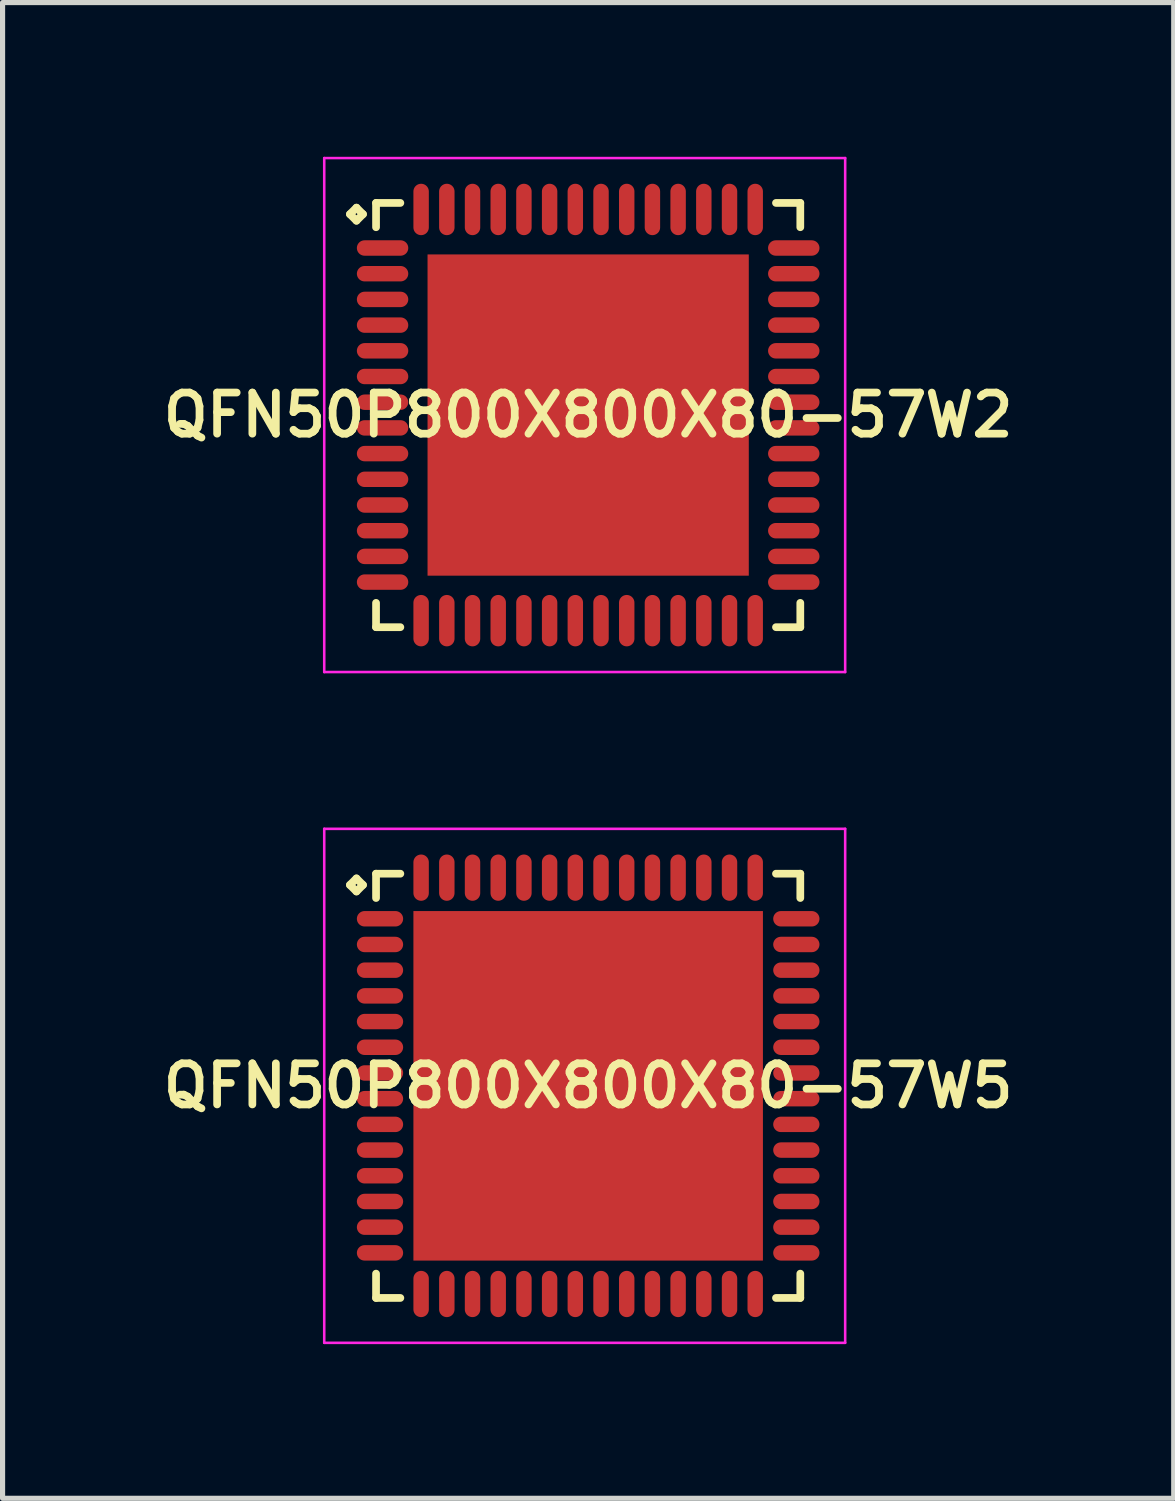
<source format=kicad_pcb>
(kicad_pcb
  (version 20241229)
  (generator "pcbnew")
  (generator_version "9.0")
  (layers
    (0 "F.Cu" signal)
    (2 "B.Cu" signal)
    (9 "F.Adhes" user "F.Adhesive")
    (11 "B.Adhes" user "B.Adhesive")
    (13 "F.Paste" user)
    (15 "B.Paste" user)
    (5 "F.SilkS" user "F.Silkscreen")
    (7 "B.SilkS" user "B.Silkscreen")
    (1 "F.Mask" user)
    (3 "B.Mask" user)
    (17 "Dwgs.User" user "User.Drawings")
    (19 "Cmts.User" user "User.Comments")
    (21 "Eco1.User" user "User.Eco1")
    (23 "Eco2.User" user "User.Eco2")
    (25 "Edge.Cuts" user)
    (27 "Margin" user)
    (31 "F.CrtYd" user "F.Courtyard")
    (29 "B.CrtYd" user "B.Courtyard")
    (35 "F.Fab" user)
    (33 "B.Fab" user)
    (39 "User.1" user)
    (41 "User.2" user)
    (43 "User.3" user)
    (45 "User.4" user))
  (footprint "QFN50P800X800X80-57W2"
    (layer "F.Cu")
    (at 8.393 5.025)
    (property "Reference" "QFN50P800X800X80-57W2" (at 0 0 0) (layer "F.SilkS") (effects (font (size 0.8 0.8) (thickness 0.15))))
    (attr smd)
    (fp_line (start -4.635 -3.908) (end -4.508 -4.035) (stroke (width 0.15) (type solid)) (layer "F.SilkS"))
    (fp_line (start -4.508 -4.035) (end -4.381 -3.908) (stroke (width 0.15) (type solid)) (layer "F.SilkS"))
    (fp_line (start -4.508 -3.781) (end -4.635 -3.908) (stroke (width 0.15) (type solid)) (layer "F.SilkS"))
    (fp_line (start -4.381 -3.908) (end -4.508 -3.781) (stroke (width 0.15) (type solid)) (layer "F.SilkS"))
    (fp_line (start -4.127 -4.127) (end -3.654 -4.127) (stroke (width 0.15) (type solid)) (layer "F.SilkS"))
    (fp_line (start -4.127 -3.654) (end -4.127 -4.127) (stroke (width 0.15) (type solid)) (layer "F.SilkS"))
    (fp_line (start -4.127 3.654) (end -4.127 4.127) (stroke (width 0.15) (type solid)) (layer "F.SilkS"))
    (fp_line (start -4.127 4.127) (end -3.654 4.127) (stroke (width 0.15) (type solid)) (layer "F.SilkS"))
    (fp_line (start 3.654 -4.127) (end 4.127 -4.127) (stroke (width 0.15) (type solid)) (layer "F.SilkS"))
    (fp_line (start 3.654 4.127) (end 4.127 4.127) (stroke (width 0.15) (type solid)) (layer "F.SilkS"))
    (fp_line (start 4.127 -4.127) (end 4.127 -3.654) (stroke (width 0.15) (type solid)) (layer "F.SilkS"))
    (fp_line (start 4.127 4.127) (end 4.127 3.654) (stroke (width 0.15) (type solid)) (layer "F.SilkS"))
    (fp_line (start -5.135 -5) (end 5 -5) (stroke (width 0.05) (type solid)) (layer "F.CrtYd"))
    (fp_line (start -5.135 5) (end -5.135 -5) (stroke (width 0.05) (type solid)) (layer "F.CrtYd"))
    (fp_line (start 5 -5) (end 5 5) (stroke (width 0.05) (type solid)) (layer "F.CrtYd"))
    (fp_line (start 5 5) (end -5.135 5) (stroke (width 0.05) (type solid)) (layer "F.CrtYd"))
    (pad "1" smd oval (at -4 -3.25) (size 1 0.3) (layers "F.Cu" "F.Mask" "F.Paste"))
    (pad "2" smd oval (at -4 -2.75) (size 1 0.3) (layers "F.Cu" "F.Mask" "F.Paste"))
    (pad "3" smd oval (at -4 -2.25) (size 1 0.3) (layers "F.Cu" "F.Mask" "F.Paste"))
    (pad "4" smd oval (at -4 -1.75) (size 1 0.3) (layers "F.Cu" "F.Mask" "F.Paste"))
    (pad "5" smd oval (at -4 -1.25) (size 1 0.3) (layers "F.Cu" "F.Mask" "F.Paste"))
    (pad "6" smd oval (at -4 -0.75) (size 1 0.3) (layers "F.Cu" "F.Mask" "F.Paste"))
    (pad "7" smd oval (at -4 -0.25) (size 1 0.3) (layers "F.Cu" "F.Mask" "F.Paste"))
    (pad "8" smd oval (at -4 0.25) (size 1 0.3) (layers "F.Cu" "F.Mask" "F.Paste"))
    (pad "9" smd oval (at -4 0.75) (size 1 0.3) (layers "F.Cu" "F.Mask" "F.Paste"))
    (pad "10" smd oval (at -4 1.25) (size 1 0.3) (layers "F.Cu" "F.Mask" "F.Paste"))
    (pad "11" smd oval (at -4 1.75) (size 1 0.3) (layers "F.Cu" "F.Mask" "F.Paste"))
    (pad "12" smd oval (at -4 2.25) (size 1 0.3) (layers "F.Cu" "F.Mask" "F.Paste"))
    (pad "13" smd oval (at -4 2.75) (size 1 0.3) (layers "F.Cu" "F.Mask" "F.Paste"))
    (pad "14" smd oval (at -4 3.25) (size 1 0.3) (layers "F.Cu" "F.Mask" "F.Paste"))
    (pad "15" smd oval (at -3.25 4) (size 0.3 1) (layers "F.Cu" "F.Mask" "F.Paste"))
    (pad "16" smd oval (at -2.75 4) (size 0.3 1) (layers "F.Cu" "F.Mask" "F.Paste"))
    (pad "17" smd oval (at -2.25 4) (size 0.3 1) (layers "F.Cu" "F.Mask" "F.Paste"))
    (pad "18" smd oval (at -1.75 4) (size 0.3 1) (layers "F.Cu" "F.Mask" "F.Paste"))
    (pad "19" smd oval (at -1.25 4) (size 0.3 1) (layers "F.Cu" "F.Mask" "F.Paste"))
    (pad "20" smd oval (at -0.75 4) (size 0.3 1) (layers "F.Cu" "F.Mask" "F.Paste"))
    (pad "21" smd oval (at -0.25 4) (size 0.3 1) (layers "F.Cu" "F.Mask" "F.Paste"))
    (pad "22" smd oval (at 0.25 4) (size 0.3 1) (layers "F.Cu" "F.Mask" "F.Paste"))
    (pad "23" smd oval (at 0.75 4) (size 0.3 1) (layers "F.Cu" "F.Mask" "F.Paste"))
    (pad "24" smd oval (at 1.25 4) (size 0.3 1) (layers "F.Cu" "F.Mask" "F.Paste"))
    (pad "25" smd oval (at 1.75 4) (size 0.3 1) (layers "F.Cu" "F.Mask" "F.Paste"))
    (pad "26" smd oval (at 2.25 4) (size 0.3 1) (layers "F.Cu" "F.Mask" "F.Paste"))
    (pad "27" smd oval (at 2.75 4) (size 0.3 1) (layers "F.Cu" "F.Mask" "F.Paste"))
    (pad "28" smd oval (at 3.25 4) (size 0.3 1) (layers "F.Cu" "F.Mask" "F.Paste"))
    (pad "29" smd oval (at 4 3.25) (size 1 0.3) (layers "F.Cu" "F.Mask" "F.Paste"))
    (pad "30" smd oval (at 4 2.75) (size 1 0.3) (layers "F.Cu" "F.Mask" "F.Paste"))
    (pad "31" smd oval (at 4 2.25) (size 1 0.3) (layers "F.Cu" "F.Mask" "F.Paste"))
    (pad "32" smd oval (at 4 1.75) (size 1 0.3) (layers "F.Cu" "F.Mask" "F.Paste"))
    (pad "33" smd oval (at 4 1.25) (size 1 0.3) (layers "F.Cu" "F.Mask" "F.Paste"))
    (pad "34" smd oval (at 4 0.75) (size 1 0.3) (layers "F.Cu" "F.Mask" "F.Paste"))
    (pad "35" smd oval (at 4 0.25) (size 1 0.3) (layers "F.Cu" "F.Mask" "F.Paste"))
    (pad "36" smd oval (at 4 -0.25) (size 1 0.3) (layers "F.Cu" "F.Mask" "F.Paste"))
    (pad "37" smd oval (at 4 -0.75) (size 1 0.3) (layers "F.Cu" "F.Mask" "F.Paste"))
    (pad "38" smd oval (at 4 -1.25) (size 1 0.3) (layers "F.Cu" "F.Mask" "F.Paste"))
    (pad "39" smd oval (at 4 -1.75) (size 1 0.3) (layers "F.Cu" "F.Mask" "F.Paste"))
    (pad "40" smd oval (at 4 -2.25) (size 1 0.3) (layers "F.Cu" "F.Mask" "F.Paste"))
    (pad "41" smd oval (at 4 -2.75) (size 1 0.3) (layers "F.Cu" "F.Mask" "F.Paste"))
    (pad "42" smd oval (at 4 -3.25) (size 1 0.3) (layers "F.Cu" "F.Mask" "F.Paste"))
    (pad "43" smd oval (at 3.25 -4) (size 0.3 1) (layers "F.Cu" "F.Mask" "F.Paste"))
    (pad "44" smd oval (at 2.75 -4) (size 0.3 1) (layers "F.Cu" "F.Mask" "F.Paste"))
    (pad "45" smd oval (at 2.25 -4) (size 0.3 1) (layers "F.Cu" "F.Mask" "F.Paste"))
    (pad "46" smd oval (at 1.75 -4) (size 0.3 1) (layers "F.Cu" "F.Mask" "F.Paste"))
    (pad "47" smd oval (at 1.25 -4) (size 0.3 1) (layers "F.Cu" "F.Mask" "F.Paste"))
    (pad "48" smd oval (at 0.75 -4) (size 0.3 1) (layers "F.Cu" "F.Mask" "F.Paste"))
    (pad "49" smd oval (at 0.25 -4) (size 0.3 1) (layers "F.Cu" "F.Mask" "F.Paste"))
    (pad "50" smd oval (at -0.25 -4) (size 0.3 1) (layers "F.Cu" "F.Mask" "F.Paste"))
    (pad "51" smd oval (at -0.75 -4) (size 0.3 1) (layers "F.Cu" "F.Mask" "F.Paste"))
    (pad "52" smd oval (at -1.25 -4) (size 0.3 1) (layers "F.Cu" "F.Mask" "F.Paste"))
    (pad "53" smd oval (at -1.75 -4) (size 0.3 1) (layers "F.Cu" "F.Mask" "F.Paste"))
    (pad "54" smd oval (at -2.25 -4) (size 0.3 1) (layers "F.Cu" "F.Mask" "F.Paste"))
    (pad "55" smd oval (at -2.75 -4) (size 0.3 1) (layers "F.Cu" "F.Mask" "F.Paste"))
    (pad "56" smd oval (at -3.25 -4) (size 0.3 1) (layers "F.Cu" "F.Mask" "F.Paste"))
    (pad "57" smd rect (at 0 0) (size 6.25 6.25) (layers "F.Cu" "F.Mask" "F.Paste")))
  (footprint "QFN50P800X800X80-57W5"
    (layer "F.Cu")
    (at 8.393 18.075)
    (property "Reference" "QFN50P800X800X80-57W5" (at 0 0 0) (layer "F.SilkS") (effects (font (size 0.8 0.8) (thickness 0.15))))
    (attr smd)
    (fp_line (start -4.635 -3.908) (end -4.508 -4.035) (stroke (width 0.15) (type solid)) (layer "F.SilkS"))
    (fp_line (start -4.508 -4.035) (end -4.381 -3.908) (stroke (width 0.15) (type solid)) (layer "F.SilkS"))
    (fp_line (start -4.508 -3.781) (end -4.635 -3.908) (stroke (width 0.15) (type solid)) (layer "F.SilkS"))
    (fp_line (start -4.381 -3.908) (end -4.508 -3.781) (stroke (width 0.15) (type solid)) (layer "F.SilkS"))
    (fp_line (start -4.127 -4.127) (end -3.654 -4.127) (stroke (width 0.15) (type solid)) (layer "F.SilkS"))
    (fp_line (start -4.127 -3.654) (end -4.127 -4.127) (stroke (width 0.15) (type solid)) (layer "F.SilkS"))
    (fp_line (start -4.127 3.654) (end -4.127 4.127) (stroke (width 0.15) (type solid)) (layer "F.SilkS"))
    (fp_line (start -4.127 4.127) (end -3.654 4.127) (stroke (width 0.15) (type solid)) (layer "F.SilkS"))
    (fp_line (start 3.654 -4.127) (end 4.127 -4.127) (stroke (width 0.15) (type solid)) (layer "F.SilkS"))
    (fp_line (start 3.654 4.127) (end 4.127 4.127) (stroke (width 0.15) (type solid)) (layer "F.SilkS"))
    (fp_line (start 4.127 -4.127) (end 4.127 -3.654) (stroke (width 0.15) (type solid)) (layer "F.SilkS"))
    (fp_line (start 4.127 4.127) (end 4.127 3.654) (stroke (width 0.15) (type solid)) (layer "F.SilkS"))
    (fp_line (start -5.135 -5) (end 5 -5) (stroke (width 0.05) (type solid)) (layer "F.CrtYd"))
    (fp_line (start -5.135 5) (end -5.135 -5) (stroke (width 0.05) (type solid)) (layer "F.CrtYd"))
    (fp_line (start 5 -5) (end 5 5) (stroke (width 0.05) (type solid)) (layer "F.CrtYd"))
    (fp_line (start 5 5) (end -5.135 5) (stroke (width 0.05) (type solid)) (layer "F.CrtYd"))
    (pad "1" smd oval (at -4.05 -3.25) (size 0.9 0.3) (layers "F.Cu" "F.Mask" "F.Paste"))
    (pad "2" smd oval (at -4.05 -2.75) (size 0.9 0.3) (layers "F.Cu" "F.Mask" "F.Paste"))
    (pad "3" smd oval (at -4.05 -2.25) (size 0.9 0.3) (layers "F.Cu" "F.Mask" "F.Paste"))
    (pad "4" smd oval (at -4.05 -1.75) (size 0.9 0.3) (layers "F.Cu" "F.Mask" "F.Paste"))
    (pad "5" smd oval (at -4.05 -1.25) (size 0.9 0.3) (layers "F.Cu" "F.Mask" "F.Paste"))
    (pad "6" smd oval (at -4.05 -0.75) (size 0.9 0.3) (layers "F.Cu" "F.Mask" "F.Paste"))
    (pad "7" smd oval (at -4.05 -0.25) (size 0.9 0.3) (layers "F.Cu" "F.Mask" "F.Paste"))
    (pad "8" smd oval (at -4.05 0.25) (size 0.9 0.3) (layers "F.Cu" "F.Mask" "F.Paste"))
    (pad "9" smd oval (at -4.05 0.75) (size 0.9 0.3) (layers "F.Cu" "F.Mask" "F.Paste"))
    (pad "10" smd oval (at -4.05 1.25) (size 0.9 0.3) (layers "F.Cu" "F.Mask" "F.Paste"))
    (pad "11" smd oval (at -4.05 1.75) (size 0.9 0.3) (layers "F.Cu" "F.Mask" "F.Paste"))
    (pad "12" smd oval (at -4.05 2.25) (size 0.9 0.3) (layers "F.Cu" "F.Mask" "F.Paste"))
    (pad "13" smd oval (at -4.05 2.75) (size 0.9 0.3) (layers "F.Cu" "F.Mask" "F.Paste"))
    (pad "14" smd oval (at -4.05 3.25) (size 0.9 0.3) (layers "F.Cu" "F.Mask" "F.Paste"))
    (pad "15" smd oval (at -3.25 4.05) (size 0.3 0.9) (layers "F.Cu" "F.Mask" "F.Paste"))
    (pad "16" smd oval (at -2.75 4.05) (size 0.3 0.9) (layers "F.Cu" "F.Mask" "F.Paste"))
    (pad "17" smd oval (at -2.25 4.05) (size 0.3 0.9) (layers "F.Cu" "F.Mask" "F.Paste"))
    (pad "18" smd oval (at -1.75 4.05) (size 0.3 0.9) (layers "F.Cu" "F.Mask" "F.Paste"))
    (pad "19" smd oval (at -1.25 4.05) (size 0.3 0.9) (layers "F.Cu" "F.Mask" "F.Paste"))
    (pad "20" smd oval (at -0.75 4.05) (size 0.3 0.9) (layers "F.Cu" "F.Mask" "F.Paste"))
    (pad "21" smd oval (at -0.25 4.05) (size 0.3 0.9) (layers "F.Cu" "F.Mask" "F.Paste"))
    (pad "22" smd oval (at 0.25 4.05) (size 0.3 0.9) (layers "F.Cu" "F.Mask" "F.Paste"))
    (pad "23" smd oval (at 0.75 4.05) (size 0.3 0.9) (layers "F.Cu" "F.Mask" "F.Paste"))
    (pad "24" smd oval (at 1.25 4.05) (size 0.3 0.9) (layers "F.Cu" "F.Mask" "F.Paste"))
    (pad "25" smd oval (at 1.75 4.05) (size 0.3 0.9) (layers "F.Cu" "F.Mask" "F.Paste"))
    (pad "26" smd oval (at 2.25 4.05) (size 0.3 0.9) (layers "F.Cu" "F.Mask" "F.Paste"))
    (pad "27" smd oval (at 2.75 4.05) (size 0.3 0.9) (layers "F.Cu" "F.Mask" "F.Paste"))
    (pad "28" smd oval (at 3.25 4.05) (size 0.3 0.9) (layers "F.Cu" "F.Mask" "F.Paste"))
    (pad "29" smd oval (at 4.05 3.25) (size 0.9 0.3) (layers "F.Cu" "F.Mask" "F.Paste"))
    (pad "30" smd oval (at 4.05 2.75) (size 0.9 0.3) (layers "F.Cu" "F.Mask" "F.Paste"))
    (pad "31" smd oval (at 4.05 2.25) (size 0.9 0.3) (layers "F.Cu" "F.Mask" "F.Paste"))
    (pad "32" smd oval (at 4.05 1.75) (size 0.9 0.3) (layers "F.Cu" "F.Mask" "F.Paste"))
    (pad "33" smd oval (at 4.05 1.25) (size 0.9 0.3) (layers "F.Cu" "F.Mask" "F.Paste"))
    (pad "34" smd oval (at 4.05 0.75) (size 0.9 0.3) (layers "F.Cu" "F.Mask" "F.Paste"))
    (pad "35" smd oval (at 4.05 0.25) (size 0.9 0.3) (layers "F.Cu" "F.Mask" "F.Paste"))
    (pad "36" smd oval (at 4.05 -0.25) (size 0.9 0.3) (layers "F.Cu" "F.Mask" "F.Paste"))
    (pad "37" smd oval (at 4.05 -0.75) (size 0.9 0.3) (layers "F.Cu" "F.Mask" "F.Paste"))
    (pad "38" smd oval (at 4.05 -1.25) (size 0.9 0.3) (layers "F.Cu" "F.Mask" "F.Paste"))
    (pad "39" smd oval (at 4.05 -1.75) (size 0.9 0.3) (layers "F.Cu" "F.Mask" "F.Paste"))
    (pad "40" smd oval (at 4.05 -2.25) (size 0.9 0.3) (layers "F.Cu" "F.Mask" "F.Paste"))
    (pad "41" smd oval (at 4.05 -2.75) (size 0.9 0.3) (layers "F.Cu" "F.Mask" "F.Paste"))
    (pad "42" smd oval (at 4.05 -3.25) (size 0.9 0.3) (layers "F.Cu" "F.Mask" "F.Paste"))
    (pad "43" smd oval (at 3.25 -4.05) (size 0.3 0.9) (layers "F.Cu" "F.Mask" "F.Paste"))
    (pad "44" smd oval (at 2.75 -4.05) (size 0.3 0.9) (layers "F.Cu" "F.Mask" "F.Paste"))
    (pad "45" smd oval (at 2.25 -4.05) (size 0.3 0.9) (layers "F.Cu" "F.Mask" "F.Paste"))
    (pad "46" smd oval (at 1.75 -4.05) (size 0.3 0.9) (layers "F.Cu" "F.Mask" "F.Paste"))
    (pad "47" smd oval (at 1.25 -4.05) (size 0.3 0.9) (layers "F.Cu" "F.Mask" "F.Paste"))
    (pad "48" smd oval (at 0.75 -4.05) (size 0.3 0.9) (layers "F.Cu" "F.Mask" "F.Paste"))
    (pad "49" smd oval (at 0.25 -4.05) (size 0.3 0.9) (layers "F.Cu" "F.Mask" "F.Paste"))
    (pad "50" smd oval (at -0.25 -4.05) (size 0.3 0.9) (layers "F.Cu" "F.Mask" "F.Paste"))
    (pad "51" smd oval (at -0.75 -4.05) (size 0.3 0.9) (layers "F.Cu" "F.Mask" "F.Paste"))
    (pad "52" smd oval (at -1.25 -4.05) (size 0.3 0.9) (layers "F.Cu" "F.Mask" "F.Paste"))
    (pad "53" smd oval (at -1.75 -4.05) (size 0.3 0.9) (layers "F.Cu" "F.Mask" "F.Paste"))
    (pad "54" smd oval (at -2.25 -4.05) (size 0.3 0.9) (layers "F.Cu" "F.Mask" "F.Paste"))
    (pad "55" smd oval (at -2.75 -4.05) (size 0.3 0.9) (layers "F.Cu" "F.Mask" "F.Paste"))
    (pad "56" smd oval (at -3.25 -4.05) (size 0.3 0.9) (layers "F.Cu" "F.Mask" "F.Paste"))
    (pad "57" smd rect (at 0 0) (size 6.8 6.8) (layers "F.Cu" "F.Mask" "F.Paste")))
  (gr_rect
    (start -3 -3)
    (end 19.785 26.1)
    (stroke (width 0.1) (type default))
    (fill no)
    (layer "Edge.Cuts")))
</source>
